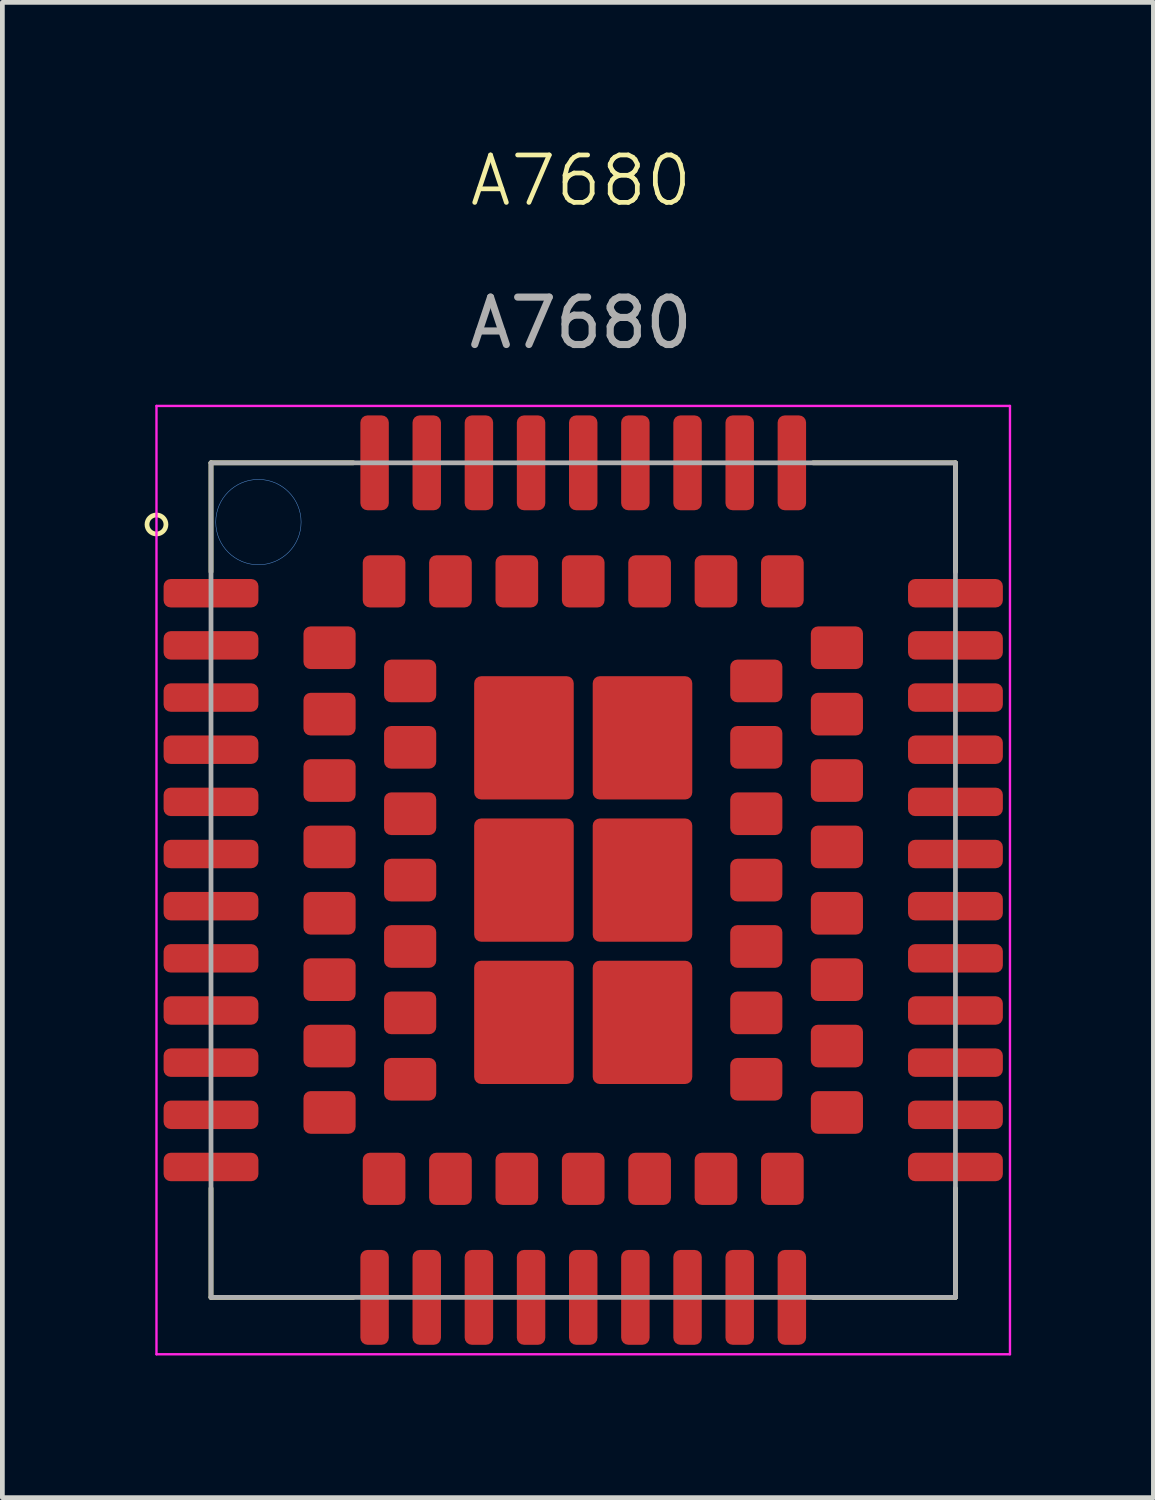
<source format=kicad_pcb>
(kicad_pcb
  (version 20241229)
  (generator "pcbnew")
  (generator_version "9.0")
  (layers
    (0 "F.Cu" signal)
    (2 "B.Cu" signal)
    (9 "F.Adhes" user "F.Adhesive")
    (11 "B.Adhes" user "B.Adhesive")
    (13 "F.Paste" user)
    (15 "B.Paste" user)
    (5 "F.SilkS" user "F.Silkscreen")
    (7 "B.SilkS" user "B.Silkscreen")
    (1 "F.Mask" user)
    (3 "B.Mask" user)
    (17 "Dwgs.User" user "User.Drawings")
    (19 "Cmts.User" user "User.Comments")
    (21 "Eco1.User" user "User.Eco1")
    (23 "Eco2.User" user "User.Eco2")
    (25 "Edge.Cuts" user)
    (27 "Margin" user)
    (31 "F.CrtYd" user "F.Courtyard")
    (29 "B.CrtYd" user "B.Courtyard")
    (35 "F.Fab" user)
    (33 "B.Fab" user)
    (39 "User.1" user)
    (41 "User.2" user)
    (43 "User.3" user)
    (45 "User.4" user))
  (footprint "A7680"
    (layer "F.Cu")
    (at 9.25 15.511)
    (property "Reference" "A7680" (at -0.05 -14.75 0) (unlocked yes) (layer "F.SilkS") (effects (font (size 1 1) (thickness 0.1))))
    (attr smd)
    (fp_line (start -7.85 -8.8) (end -7.85 -6.5) (stroke (width 0.1) (type default)) (layer "F.SilkS"))
    (fp_line (start -7.85 -8.8) (end -4.85 -8.8) (stroke (width 0.1) (type default)) (layer "F.SilkS"))
    (fp_line (start -7.85 8.8) (end -7.85 6.5) (stroke (width 0.1) (type default)) (layer "F.SilkS"))
    (fp_line (start -7.85 8.8) (end -4.85 8.8) (stroke (width 0.1) (type default)) (layer "F.SilkS"))
    (fp_line (start 7.85 -8.8) (end 4.85 -8.8) (stroke (width 0.1) (type default)) (layer "F.SilkS"))
    (fp_line (start 7.85 -8.8) (end 7.85 -6.5) (stroke (width 0.1) (type default)) (layer "F.SilkS"))
    (fp_line (start 7.85 8.8) (end 4.85 8.8) (stroke (width 0.1) (type default)) (layer "F.SilkS"))
    (fp_line (start 7.85 8.8) (end 7.85 6.5) (stroke (width 0.1) (type default)) (layer "F.SilkS"))
    (fp_circle (center -9 -7.5) (end -8.8 -7.5) (stroke (width 0.1) (type default)) (fill no) (layer "F.SilkS"))
    (fp_circle (center -6.85 -7.55) (end -5.95 -7.55) (stroke (width 0.01) (type default)) (fill no) (layer "Cmts.User"))
    (fp_line (start -9 -10) (end 9 -10) (stroke (width 0.05) (type default)) (layer "F.CrtYd"))
    (fp_line (start -9 10) (end -9 -10) (stroke (width 0.05) (type default)) (layer "F.CrtYd"))
    (fp_line (start 9 -10) (end 9 10) (stroke (width 0.05) (type default)) (layer "F.CrtYd"))
    (fp_line (start 9 10) (end -9 10) (stroke (width 0.05) (type default)) (layer "F.CrtYd"))
    (fp_line (start -7.85 -8.8) (end 7.85 -8.8) (stroke (width 0.1) (type default)) (layer "F.Fab"))
    (fp_line (start -7.85 8.8) (end -7.85 -8.8) (stroke (width 0.1) (type default)) (layer "F.Fab"))
    (fp_line (start 7.85 -8.8) (end 7.85 8.8) (stroke (width 0.1) (type default)) (layer "F.Fab"))
    (fp_line (start 7.85 8.8) (end -7.85 8.8) (stroke (width 0.1) (type default)) (layer "F.Fab"))
    (fp_text user "${REFERENCE}" (at -0.05 -11.75 0) (unlocked yes) (layer "F.Fab") (effects (font (size 1 1) (thickness 0.15))))
    (pad "1" smd roundrect (at -7.85 -6.05) (size 2 0.6) (layers "F.Cu" "F.Mask" "F.Paste") (roundrect_rratio 0.25))
    (pad "2" smd roundrect (at -7.85 -4.95) (size 2 0.6) (layers "F.Cu" "F.Mask" "F.Paste") (roundrect_rratio 0.25))
    (pad "3" smd roundrect (at -7.85 -3.85) (size 2 0.6) (layers "F.Cu" "F.Mask" "F.Paste") (roundrect_rratio 0.25))
    (pad "4" smd roundrect (at -7.85 -2.75) (size 2 0.6) (layers "F.Cu" "F.Mask" "F.Paste") (roundrect_rratio 0.25))
    (pad "5" smd roundrect (at -7.85 -1.65) (size 2 0.6) (layers "F.Cu" "F.Mask" "F.Paste") (roundrect_rratio 0.25))
    (pad "6" smd roundrect (at -7.85 -0.55) (size 2 0.6) (layers "F.Cu" "F.Mask" "F.Paste") (roundrect_rratio 0.25))
    (pad "7" smd roundrect (at -7.85 0.55) (size 2 0.6) (layers "F.Cu" "F.Mask" "F.Paste") (roundrect_rratio 0.25))
    (pad "8" smd roundrect (at -7.85 1.65) (size 2 0.6) (layers "F.Cu" "F.Mask" "F.Paste") (roundrect_rratio 0.25))
    (pad "9" smd roundrect (at -7.85 2.75) (size 2 0.6) (layers "F.Cu" "F.Mask" "F.Paste") (roundrect_rratio 0.25))
    (pad "10" smd roundrect (at -7.85 3.85) (size 2 0.6) (layers "F.Cu" "F.Mask" "F.Paste") (roundrect_rratio 0.25))
    (pad "11" smd roundrect (at -7.85 4.95) (size 2 0.6) (layers "F.Cu" "F.Mask" "F.Paste") (roundrect_rratio 0.25))
    (pad "12" smd roundrect (at -7.85 6.05) (size 2 0.6) (layers "F.Cu" "F.Mask" "F.Paste") (roundrect_rratio 0.25))
    (pad "13" smd roundrect (at -4.4 8.8 90) (size 2 0.6) (layers "F.Cu" "F.Mask" "F.Paste") (roundrect_rratio 0.25))
    (pad "14" smd roundrect (at -3.3 8.8 90) (size 2 0.6) (layers "F.Cu" "F.Mask" "F.Paste") (roundrect_rratio 0.25))
    (pad "15" smd roundrect (at -2.2 8.8 90) (size 2 0.6) (layers "F.Cu" "F.Mask" "F.Paste") (roundrect_rratio 0.25))
    (pad "16" smd roundrect (at -1.1 8.8 90) (size 2 0.6) (layers "F.Cu" "F.Mask" "F.Paste") (roundrect_rratio 0.25))
    (pad "17" smd roundrect (at 0 8.8 90) (size 2 0.6) (layers "F.Cu" "F.Mask" "F.Paste") (roundrect_rratio 0.25))
    (pad "18" smd roundrect (at 1.1 8.8 90) (size 2 0.6) (layers "F.Cu" "F.Mask" "F.Paste") (roundrect_rratio 0.25))
    (pad "19" smd roundrect (at 2.2 8.8 90) (size 2 0.6) (layers "F.Cu" "F.Mask" "F.Paste") (roundrect_rratio 0.25))
    (pad "20" smd roundrect (at 3.3 8.8 90) (size 2 0.6) (layers "F.Cu" "F.Mask" "F.Paste") (roundrect_rratio 0.25))
    (pad "21" smd roundrect (at 4.4 8.8 90) (size 2 0.6) (layers "F.Cu" "F.Mask" "F.Paste") (roundrect_rratio 0.25))
    (pad "22" smd roundrect (at 7.85 6.05 180) (size 2 0.6) (layers "F.Cu" "F.Mask" "F.Paste") (roundrect_rratio 0.25))
    (pad "23" smd roundrect (at 7.85 4.95 180) (size 2 0.6) (layers "F.Cu" "F.Mask" "F.Paste") (roundrect_rratio 0.25))
    (pad "24" smd roundrect (at 7.85 3.85 180) (size 2 0.6) (layers "F.Cu" "F.Mask" "F.Paste") (roundrect_rratio 0.25))
    (pad "25" smd roundrect (at 7.85 2.75 180) (size 2 0.6) (layers "F.Cu" "F.Mask" "F.Paste") (roundrect_rratio 0.25))
    (pad "26" smd roundrect (at 7.85 1.65 180) (size 2 0.6) (layers "F.Cu" "F.Mask" "F.Paste") (roundrect_rratio 0.25))
    (pad "27" smd roundrect (at 7.85 0.55 180) (size 2 0.6) (layers "F.Cu" "F.Mask" "F.Paste") (roundrect_rratio 0.25))
    (pad "28" smd roundrect (at 7.85 -0.55 180) (size 2 0.6) (layers "F.Cu" "F.Mask" "F.Paste") (roundrect_rratio 0.25))
    (pad "29" smd roundrect (at 7.85 -1.65 180) (size 2 0.6) (layers "F.Cu" "F.Mask" "F.Paste") (roundrect_rratio 0.25))
    (pad "30" smd roundrect (at 7.85 -2.75 180) (size 2 0.6) (layers "F.Cu" "F.Mask" "F.Paste") (roundrect_rratio 0.25))
    (pad "31" smd roundrect (at 7.85 -3.85 180) (size 2 0.6) (layers "F.Cu" "F.Mask" "F.Paste") (roundrect_rratio 0.25))
    (pad "32" smd roundrect (at 7.85 -4.95 180) (size 2 0.6) (layers "F.Cu" "F.Mask" "F.Paste") (roundrect_rratio 0.25))
    (pad "33" smd roundrect (at 7.85 -6.05 180) (size 2 0.6) (layers "F.Cu" "F.Mask" "F.Paste") (roundrect_rratio 0.25))
    (pad "34" smd roundrect (at 4.4 -8.8 270) (size 2 0.6) (layers "F.Cu" "F.Mask" "F.Paste") (roundrect_rratio 0.25))
    (pad "35" smd roundrect (at 3.3 -8.8 270) (size 2 0.6) (layers "F.Cu" "F.Mask" "F.Paste") (roundrect_rratio 0.25))
    (pad "36" smd roundrect (at 2.2 -8.8 270) (size 2 0.6) (layers "F.Cu" "F.Mask" "F.Paste") (roundrect_rratio 0.25))
    (pad "37" smd roundrect (at 1.1 -8.8 270) (size 2 0.6) (layers "F.Cu" "F.Mask" "F.Paste") (roundrect_rratio 0.25))
    (pad "38" smd roundrect (at 0 -8.8 270) (size 2 0.6) (layers "F.Cu" "F.Mask" "F.Paste") (roundrect_rratio 0.25))
    (pad "39" smd roundrect (at -1.1 -8.8 270) (size 2 0.6) (layers "F.Cu" "F.Mask" "F.Paste") (roundrect_rratio 0.25))
    (pad "40" smd roundrect (at -2.2 -8.8 270) (size 2 0.6) (layers "F.Cu" "F.Mask" "F.Paste") (roundrect_rratio 0.25))
    (pad "41" smd roundrect (at -3.3 -8.8 270) (size 2 0.6) (layers "F.Cu" "F.Mask" "F.Paste") (roundrect_rratio 0.25))
    (pad "42" smd roundrect (at -4.4 -8.8 270) (size 2 0.6) (layers "F.Cu" "F.Mask" "F.Paste") (roundrect_rratio 0.25))
    (pad "43" smd roundrect (at -5.35 -4.9) (size 1.1 0.9) (layers "F.Cu" "F.Mask" "F.Paste") (roundrect_rratio 0.167))
    (pad "44" smd roundrect (at -5.35 -3.5) (size 1.1 0.9) (layers "F.Cu" "F.Mask" "F.Paste") (roundrect_rratio 0.167))
    (pad "45" smd roundrect (at -5.35 -2.1) (size 1.1 0.9) (layers "F.Cu" "F.Mask" "F.Paste") (roundrect_rratio 0.167))
    (pad "46" smd roundrect (at -5.35 -0.7) (size 1.1 0.9) (layers "F.Cu" "F.Mask" "F.Paste") (roundrect_rratio 0.167))
    (pad "47" smd roundrect (at -5.35 0.7) (size 1.1 0.9) (layers "F.Cu" "F.Mask" "F.Paste") (roundrect_rratio 0.167))
    (pad "48" smd roundrect (at -5.35 2.1) (size 1.1 0.9) (layers "F.Cu" "F.Mask" "F.Paste") (roundrect_rratio 0.167))
    (pad "49" smd roundrect (at -5.35 3.5) (size 1.1 0.9) (layers "F.Cu" "F.Mask" "F.Paste") (roundrect_rratio 0.167))
    (pad "50" smd roundrect (at -5.35 4.9) (size 1.1 0.9) (layers "F.Cu" "F.Mask" "F.Paste") (roundrect_rratio 0.167))
    (pad "51" smd roundrect (at -4.2 6.3 90) (size 1.1 0.9) (layers "F.Cu" "F.Mask" "F.Paste") (roundrect_rratio 0.167))
    (pad "52" smd roundrect (at -2.8 6.3 90) (size 1.1 0.9) (layers "F.Cu" "F.Mask" "F.Paste") (roundrect_rratio 0.167))
    (pad "53" smd roundrect (at -1.4 6.3 90) (size 1.1 0.9) (layers "F.Cu" "F.Mask" "F.Paste") (roundrect_rratio 0.167))
    (pad "54" smd roundrect (at 0 6.3 90) (size 1.1 0.9) (layers "F.Cu" "F.Mask" "F.Paste") (roundrect_rratio 0.167))
    (pad "55" smd roundrect (at 1.4 6.3 90) (size 1.1 0.9) (layers "F.Cu" "F.Mask" "F.Paste") (roundrect_rratio 0.167))
    (pad "56" smd roundrect (at 2.8 6.3 90) (size 1.1 0.9) (layers "F.Cu" "F.Mask" "F.Paste") (roundrect_rratio 0.167))
    (pad "57" smd roundrect (at 4.2 6.3 90) (size 1.1 0.9) (layers "F.Cu" "F.Mask" "F.Paste") (roundrect_rratio 0.167))
    (pad "58" smd roundrect (at 5.35 4.9 180) (size 1.1 0.9) (layers "F.Cu" "F.Mask" "F.Paste") (roundrect_rratio 0.167))
    (pad "59" smd roundrect (at 5.35 3.5 180) (size 1.1 0.9) (layers "F.Cu" "F.Mask" "F.Paste") (roundrect_rratio 0.167))
    (pad "60" smd roundrect (at 5.35 2.1 180) (size 1.1 0.9) (layers "F.Cu" "F.Mask" "F.Paste") (roundrect_rratio 0.167))
    (pad "61" smd roundrect (at 5.35 0.7 180) (size 1.1 0.9) (layers "F.Cu" "F.Mask" "F.Paste") (roundrect_rratio 0.167))
    (pad "62" smd roundrect (at 5.35 -0.7 180) (size 1.1 0.9) (layers "F.Cu" "F.Mask" "F.Paste") (roundrect_rratio 0.167))
    (pad "63" smd roundrect (at 5.35 -2.1 180) (size 1.1 0.9) (layers "F.Cu" "F.Mask" "F.Paste") (roundrect_rratio 0.167))
    (pad "64" smd roundrect (at 5.35 -3.5 180) (size 1.1 0.9) (layers "F.Cu" "F.Mask" "F.Paste") (roundrect_rratio 0.167))
    (pad "65" smd roundrect (at 5.35 -4.9 180) (size 1.1 0.9) (layers "F.Cu" "F.Mask" "F.Paste") (roundrect_rratio 0.167))
    (pad "66" smd roundrect (at 4.2 -6.3 270) (size 1.1 0.9) (layers "F.Cu" "F.Mask" "F.Paste") (roundrect_rratio 0.167))
    (pad "67" smd roundrect (at 2.8 -6.3 270) (size 1.1 0.9) (layers "F.Cu" "F.Mask" "F.Paste") (roundrect_rratio 0.167))
    (pad "68" smd roundrect (at 1.4 -6.3 270) (size 1.1 0.9) (layers "F.Cu" "F.Mask" "F.Paste") (roundrect_rratio 0.167))
    (pad "69" smd roundrect (at 0 -6.3 270) (size 1.1 0.9) (layers "F.Cu" "F.Mask" "F.Paste") (roundrect_rratio 0.167))
    (pad "70" smd roundrect (at -1.4 -6.3 270) (size 1.1 0.9) (layers "F.Cu" "F.Mask" "F.Paste") (roundrect_rratio 0.167))
    (pad "71" smd roundrect (at -2.8 -6.3 270) (size 1.1 0.9) (layers "F.Cu" "F.Mask" "F.Paste") (roundrect_rratio 0.167))
    (pad "72" smd roundrect (at -4.2 -6.3 270) (size 1.1 0.9) (layers "F.Cu" "F.Mask" "F.Paste") (roundrect_rratio 0.167))
    (pad "73" smd roundrect (at -3.65 -4.2) (size 1.1 0.9) (layers "F.Cu" "F.Mask" "F.Paste") (roundrect_rratio 0.167))
    (pad "74" smd roundrect (at -3.65 -2.8) (size 1.1 0.9) (layers "F.Cu" "F.Mask" "F.Paste") (roundrect_rratio 0.167))
    (pad "75" smd roundrect (at -3.65 -1.4) (size 1.1 0.9) (layers "F.Cu" "F.Mask" "F.Paste") (roundrect_rratio 0.167))
    (pad "76" smd roundrect (at -3.65 0) (size 1.1 0.9) (layers "F.Cu" "F.Mask" "F.Paste") (roundrect_rratio 0.167))
    (pad "77" smd roundrect (at -3.65 1.4) (size 1.1 0.9) (layers "F.Cu" "F.Mask" "F.Paste") (roundrect_rratio 0.167))
    (pad "78" smd roundrect (at -3.65 2.8) (size 1.1 0.9) (layers "F.Cu" "F.Mask" "F.Paste") (roundrect_rratio 0.167))
    (pad "79" smd roundrect (at -3.65 4.2) (size 1.1 0.9) (layers "F.Cu" "F.Mask" "F.Paste") (roundrect_rratio 0.167))
    (pad "80" smd roundrect (at 3.65 4.2 180) (size 1.1 0.9) (layers "F.Cu" "F.Mask" "F.Paste") (roundrect_rratio 0.167))
    (pad "81" smd roundrect (at 3.65 2.8 180) (size 1.1 0.9) (layers "F.Cu" "F.Mask" "F.Paste") (roundrect_rratio 0.167))
    (pad "82" smd roundrect (at 3.65 1.4 180) (size 1.1 0.9) (layers "F.Cu" "F.Mask" "F.Paste") (roundrect_rratio 0.167))
    (pad "83" smd roundrect (at 3.65 0 180) (size 1.1 0.9) (layers "F.Cu" "F.Mask" "F.Paste") (roundrect_rratio 0.167))
    (pad "84" smd roundrect (at 3.65 -1.4 180) (size 1.1 0.9) (layers "F.Cu" "F.Mask" "F.Paste") (roundrect_rratio 0.167))
    (pad "85" smd roundrect (at 3.65 -2.8 180) (size 1.1 0.9) (layers "F.Cu" "F.Mask" "F.Paste") (roundrect_rratio 0.167))
    (pad "86" smd roundrect (at 3.65 -4.2 180) (size 1.1 0.9) (layers "F.Cu" "F.Mask" "F.Paste") (roundrect_rratio 0.167))
    (pad "87" smd roundrect (at -1.25 -3) (size 2.1 2.6) (layers "F.Cu" "F.Mask" "F.Paste") (roundrect_rratio 0.071))
    (pad "88" smd roundrect (at -1.25 0) (size 2.1 2.6) (layers "F.Cu" "F.Mask" "F.Paste") (roundrect_rratio 0.071))
    (pad "89" smd roundrect (at -1.25 3) (size 2.1 2.6) (layers "F.Cu" "F.Mask" "F.Paste") (roundrect_rratio 0.071))
    (pad "90" smd roundrect (at 1.25 3) (size 2.1 2.6) (layers "F.Cu" "F.Mask" "F.Paste") (roundrect_rratio 0.071))
    (pad "91" smd roundrect (at 1.25 0) (size 2.1 2.6) (layers "F.Cu" "F.Mask" "F.Paste") (roundrect_rratio 0.071))
    (pad "92" smd roundrect (at 1.25 -3) (size 2.1 2.6) (layers "F.Cu" "F.Mask" "F.Paste") (roundrect_rratio 0.071))
    (zone (net_name "") (layer "F.Cu") (hatch full 0.1) (connect_pads) (min_thickness 0.25) (filled_areas_thickness no) (keepout (tracks not_allowed) (vias not_allowed) (pads not_allowed) (copperpour not_allowed) (footprints allowed)) (placement (enabled no)) (fill) (polygon (pts (xy 1.5 7.061) (xy 3.3 7.061) (xy 3.3 8.861) (xy 1.5 8.861)))))
  (gr_rect
    (start -3 -3)
    (end 21.275 28.535)
    (stroke (width 0.1) (type default))
    (fill no)
    (layer "Edge.Cuts")))
</source>
